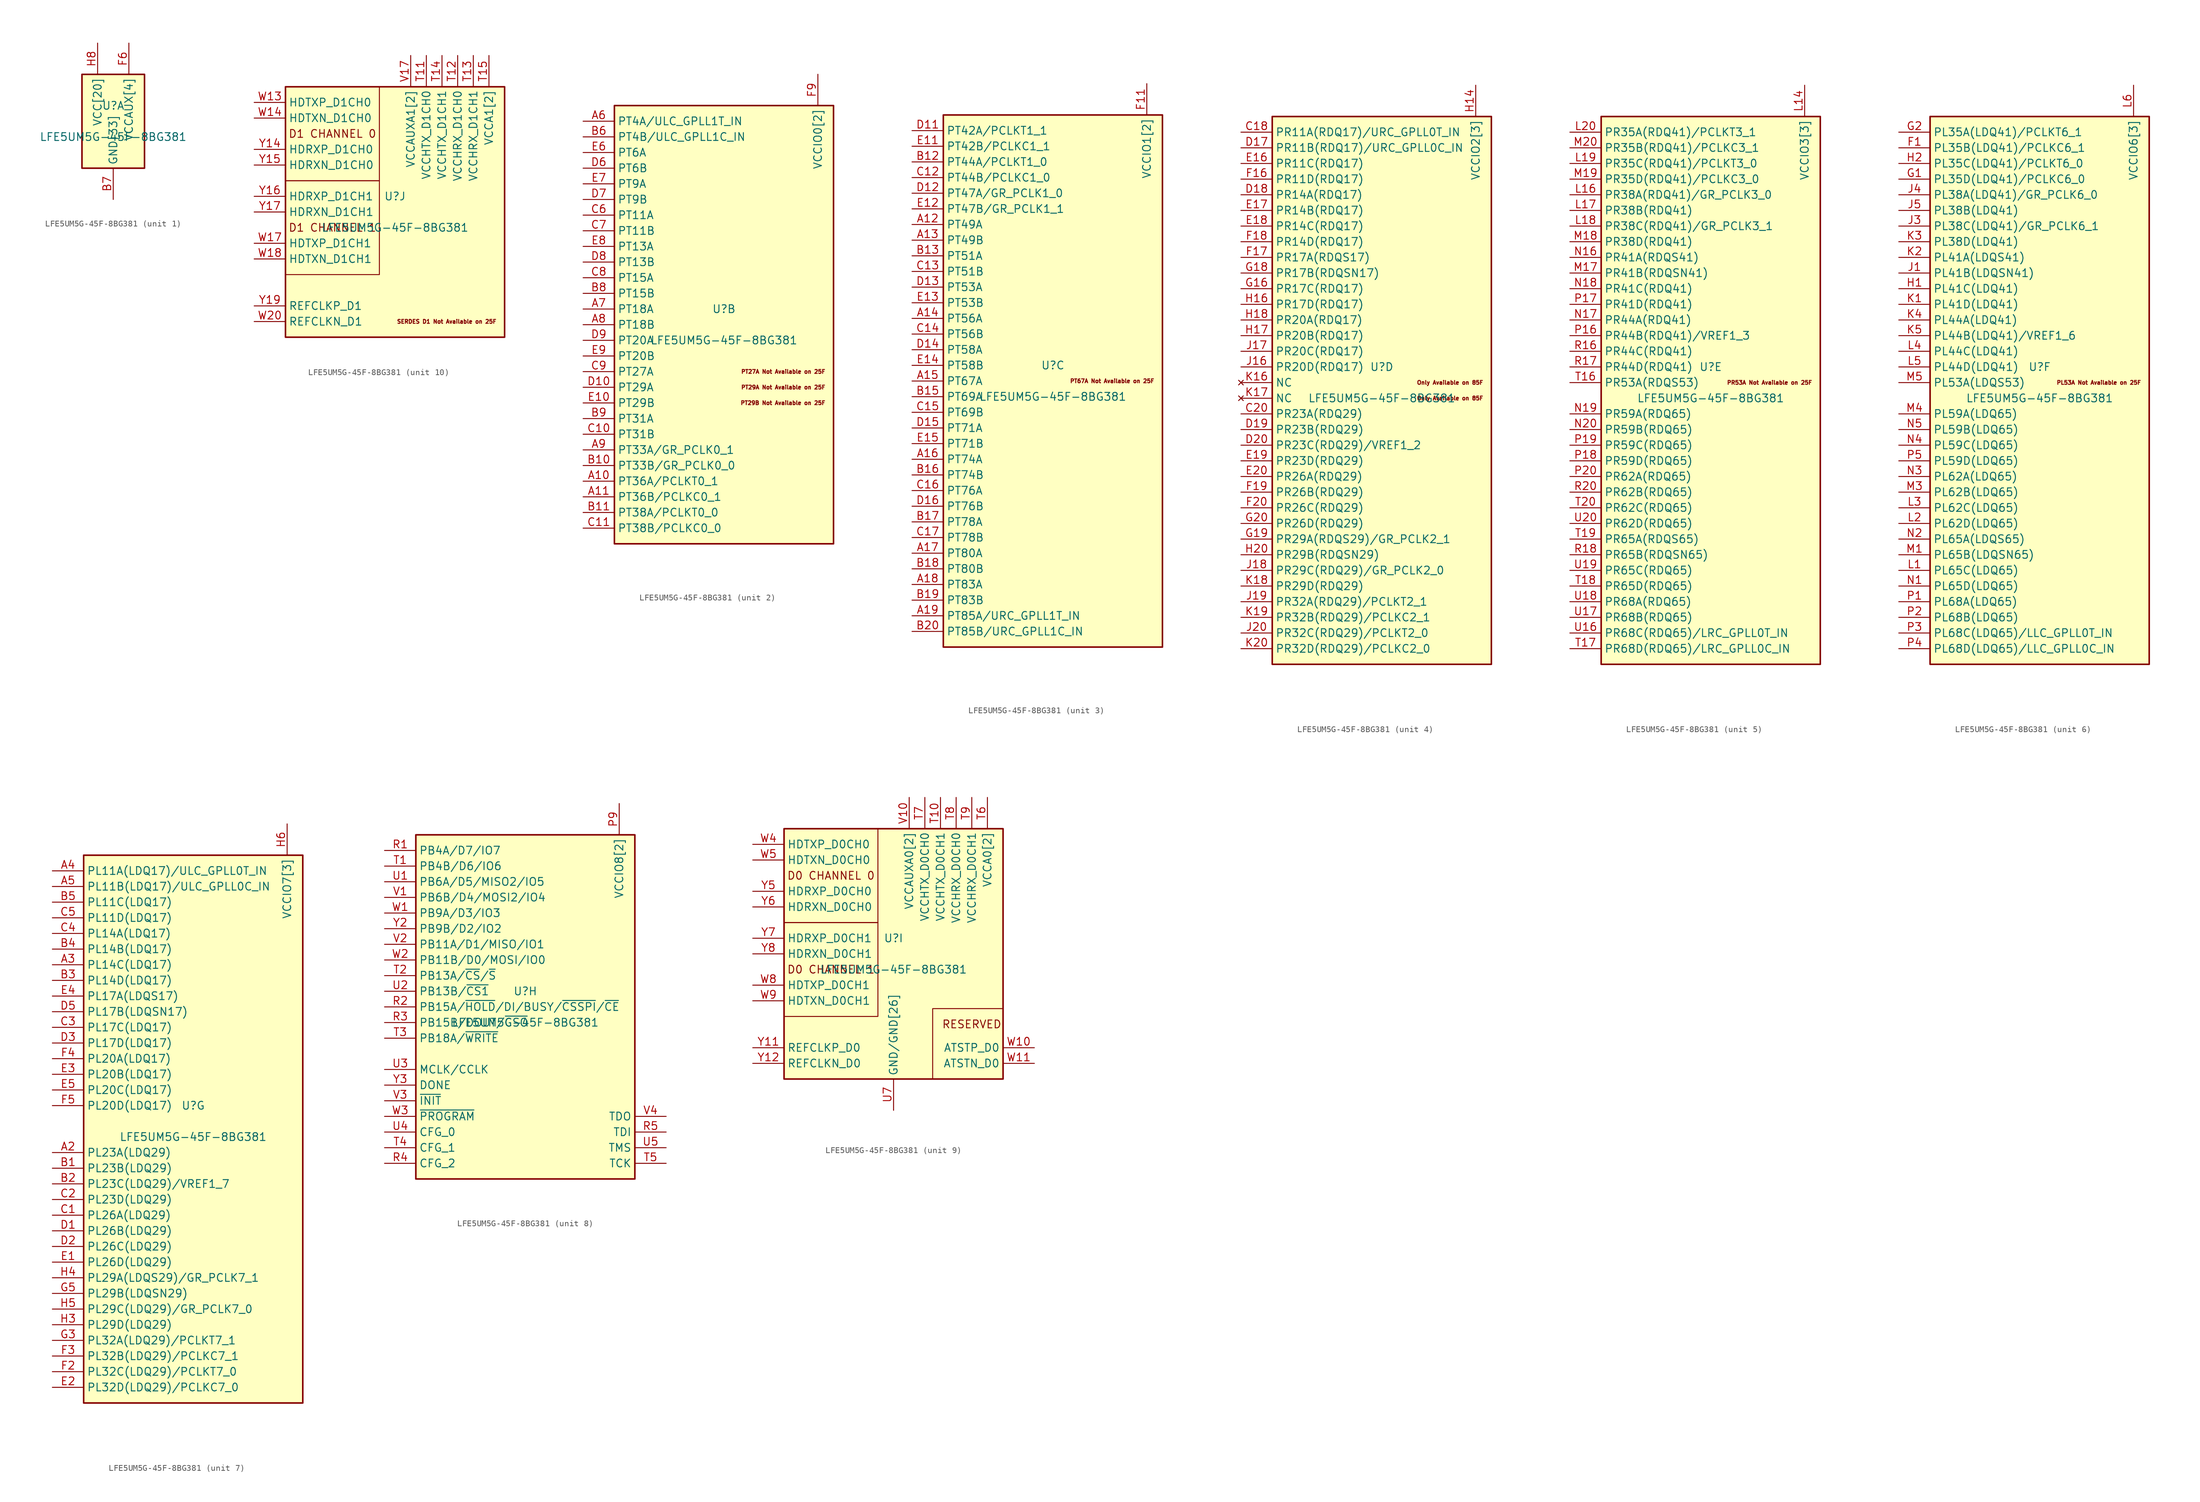
<source format=kicad_sym>
(kicad_symbol_lib
  (version 20201005)
  (generator kicad_symbol_editor)
  (symbol "pkl_lattice:LFE5UM5G-45F-8BG381"
    (property "Reference" "U"
      (at 0 2.54 0)
      (effects (font (size 1.27 1.27))))
    (property "Value" "LFE5UM5G-45F-8BG381"
      (at 0 -2.54 0)
      (effects (font (size 1.27 1.27))))
    (property "ki_locked" ""
      (at 0 0 0)
      (effects (font (size 1.27 1.27))))
    (symbol "LFE5UM5G-45F-8BG381_1_1"
      (rectangle (start -5.08 7.62) (end 5.08 -7.62) (stroke (width 0.254)) (fill (type background)))
      (pin passive line (at 0 -12.7 90) (length 5.08) hide (name "GND[33]" (effects (font (size 1.27 1.27)))) (number "B14" (effects (font (size 1.27 1.27)))))
      (pin power_in line (at 0 -12.7 90) (length 5.08) (name "GND[33]" (effects (font (size 1.27 1.27)))) (number "B7" (effects (font (size 1.27 1.27)))))
      (pin passive line (at 0 -12.7 90) (length 5.08) hide (name "GND[33]" (effects (font (size 1.27 1.27)))) (number "C19" (effects (font (size 1.27 1.27)))))
      (pin passive line (at 0 -12.7 90) (length 5.08) hide (name "GND[33]" (effects (font (size 1.27 1.27)))) (number "D4" (effects (font (size 1.27 1.27)))))
      (pin passive line (at 0 -12.7 90) (length 5.08) hide (name "GND[33]" (effects (font (size 1.27 1.27)))) (number "F13" (effects (font (size 1.27 1.27)))))
      (pin passive line (at 0 -12.7 90) (length 5.08) hide (name "GND[33]" (effects (font (size 1.27 1.27)))) (number "F14" (effects (font (size 1.27 1.27)))))
      (pin passive line (at 2.54 12.7 270) (length 5.08) hide (name "VCCAUX[4]" (effects (font (size 1.27 1.27)))) (number "F15" (effects (font (size 1.27 1.27)))))
      (pin power_in line (at 2.54 12.7 270) (length 5.08) (name "VCCAUX[4]" (effects (font (size 1.27 1.27)))) (number "F6" (effects (font (size 1.27 1.27)))))
      (pin passive line (at 0 -12.7 90) (length 5.08) hide (name "GND[33]" (effects (font (size 1.27 1.27)))) (number "F7" (effects (font (size 1.27 1.27)))))
      (pin passive line (at 0 -12.7 90) (length 5.08) hide (name "GND[33]" (effects (font (size 1.27 1.27)))) (number "F8" (effects (font (size 1.27 1.27)))))
      (pin passive line (at 0 -12.7 90) (length 5.08) hide (name "GND[33]" (effects (font (size 1.27 1.27)))) (number "G10" (effects (font (size 1.27 1.27)))))
      (pin passive line (at 0 -12.7 90) (length 5.08) hide (name "GND[33]" (effects (font (size 1.27 1.27)))) (number "G11" (effects (font (size 1.27 1.27)))))
      (pin passive line (at 0 -12.7 90) (length 5.08) hide (name "GND[33]" (effects (font (size 1.27 1.27)))) (number "G12" (effects (font (size 1.27 1.27)))))
      (pin passive line (at 0 -12.7 90) (length 5.08) hide (name "GND[33]" (effects (font (size 1.27 1.27)))) (number "G13" (effects (font (size 1.27 1.27)))))
      (pin passive line (at 0 -12.7 90) (length 5.08) hide (name "GND[33]" (effects (font (size 1.27 1.27)))) (number "G14" (effects (font (size 1.27 1.27)))))
      (pin passive line (at 0 -12.7 90) (length 5.08) hide (name "GND[33]" (effects (font (size 1.27 1.27)))) (number "G15" (effects (font (size 1.27 1.27)))))
      (pin passive line (at 0 -12.7 90) (length 5.08) hide (name "GND[33]" (effects (font (size 1.27 1.27)))) (number "G17" (effects (font (size 1.27 1.27)))))
      (pin passive line (at 0 -12.7 90) (length 5.08) hide (name "GND[33]" (effects (font (size 1.27 1.27)))) (number "G4" (effects (font (size 1.27 1.27)))))
      (pin passive line (at 0 -12.7 90) (length 5.08) hide (name "GND[33]" (effects (font (size 1.27 1.27)))) (number "G6" (effects (font (size 1.27 1.27)))))
      (pin passive line (at 0 -12.7 90) (length 5.08) hide (name "GND[33]" (effects (font (size 1.27 1.27)))) (number "G7" (effects (font (size 1.27 1.27)))))
      (pin passive line (at 0 -12.7 90) (length 5.08) hide (name "GND[33]" (effects (font (size 1.27 1.27)))) (number "G8" (effects (font (size 1.27 1.27)))))
      (pin passive line (at 0 -12.7 90) (length 5.08) hide (name "GND[33]" (effects (font (size 1.27 1.27)))) (number "G9" (effects (font (size 1.27 1.27)))))
      (pin passive line (at -2.54 12.7 270) (length 5.08) hide (name "VCC[20]" (effects (font (size 1.27 1.27)))) (number "H10" (effects (font (size 1.27 1.27)))))
      (pin passive line (at -2.54 12.7 270) (length 5.08) hide (name "VCC[20]" (effects (font (size 1.27 1.27)))) (number "H11" (effects (font (size 1.27 1.27)))))
      (pin passive line (at -2.54 12.7 270) (length 5.08) hide (name "VCC[20]" (effects (font (size 1.27 1.27)))) (number "H12" (effects (font (size 1.27 1.27)))))
      (pin passive line (at -2.54 12.7 270) (length 5.08) hide (name "VCC[20]" (effects (font (size 1.27 1.27)))) (number "H13" (effects (font (size 1.27 1.27)))))
      (pin passive line (at 0 -12.7 90) (length 5.08) hide (name "GND[33]" (effects (font (size 1.27 1.27)))) (number "H19" (effects (font (size 1.27 1.27)))))
      (pin power_in line (at -2.54 12.7 270) (length 5.08) (name "VCC[20]" (effects (font (size 1.27 1.27)))) (number "H8" (effects (font (size 1.27 1.27)))))
      (pin passive line (at -2.54 12.7 270) (length 5.08) hide (name "VCC[20]" (effects (font (size 1.27 1.27)))) (number "H9" (effects (font (size 1.27 1.27)))))
      (pin passive line (at 0 -12.7 90) (length 5.08) hide (name "GND[33]" (effects (font (size 1.27 1.27)))) (number "J10" (effects (font (size 1.27 1.27)))))
      (pin passive line (at 0 -12.7 90) (length 5.08) hide (name "GND[33]" (effects (font (size 1.27 1.27)))) (number "J11" (effects (font (size 1.27 1.27)))))
      (pin passive line (at 0 -12.7 90) (length 5.08) hide (name "GND[33]" (effects (font (size 1.27 1.27)))) (number "J12" (effects (font (size 1.27 1.27)))))
      (pin passive line (at -2.54 12.7 270) (length 5.08) hide (name "VCC[20]" (effects (font (size 1.27 1.27)))) (number "J13" (effects (font (size 1.27 1.27)))))
      (pin passive line (at 0 -12.7 90) (length 5.08) hide (name "GND[33]" (effects (font (size 1.27 1.27)))) (number "J14" (effects (font (size 1.27 1.27)))))
      (pin passive line (at 0 -12.7 90) (length 5.08) hide (name "GND[33]" (effects (font (size 1.27 1.27)))) (number "J2" (effects (font (size 1.27 1.27)))))
      (pin passive line (at 0 -12.7 90) (length 5.08) hide (name "GND[33]" (effects (font (size 1.27 1.27)))) (number "J7" (effects (font (size 1.27 1.27)))))
      (pin passive line (at -2.54 12.7 270) (length 5.08) hide (name "VCC[20]" (effects (font (size 1.27 1.27)))) (number "J8" (effects (font (size 1.27 1.27)))))
      (pin passive line (at 0 -12.7 90) (length 5.08) hide (name "GND[33]" (effects (font (size 1.27 1.27)))) (number "J9" (effects (font (size 1.27 1.27)))))
      (pin passive line (at 0 -12.7 90) (length 5.08) hide (name "GND[33]" (effects (font (size 1.27 1.27)))) (number "K10" (effects (font (size 1.27 1.27)))))
      (pin passive line (at 0 -12.7 90) (length 5.08) hide (name "GND[33]" (effects (font (size 1.27 1.27)))) (number "K11" (effects (font (size 1.27 1.27)))))
      (pin passive line (at 0 -12.7 90) (length 5.08) hide (name "GND[33]" (effects (font (size 1.27 1.27)))) (number "K12" (effects (font (size 1.27 1.27)))))
      (pin passive line (at -2.54 12.7 270) (length 5.08) hide (name "VCC[20]" (effects (font (size 1.27 1.27)))) (number "K13" (effects (font (size 1.27 1.27)))))
      (pin passive line (at 0 -12.7 90) (length 5.08) hide (name "GND[33]" (effects (font (size 1.27 1.27)))) (number "K14" (effects (font (size 1.27 1.27)))))
      (pin passive line (at 0 -12.7 90) (length 5.08) hide (name "GND[33]" (effects (font (size 1.27 1.27)))) (number "K15" (effects (font (size 1.27 1.27)))))
      (pin passive line (at 0 -12.7 90) (length 5.08) hide (name "GND[33]" (effects (font (size 1.27 1.27)))) (number "K6" (effects (font (size 1.27 1.27)))))
      (pin passive line (at 0 -12.7 90) (length 5.08) hide (name "GND[33]" (effects (font (size 1.27 1.27)))) (number "K7" (effects (font (size 1.27 1.27)))))
      (pin passive line (at -2.54 12.7 270) (length 5.08) hide (name "VCC[20]" (effects (font (size 1.27 1.27)))) (number "K8" (effects (font (size 1.27 1.27)))))
      (pin passive line (at 0 -12.7 90) (length 5.08) hide (name "GND[33]" (effects (font (size 1.27 1.27)))) (number "K9" (effects (font (size 1.27 1.27)))))
      (pin passive line (at 0 -12.7 90) (length 5.08) hide (name "GND[33]" (effects (font (size 1.27 1.27)))) (number "L10" (effects (font (size 1.27 1.27)))))
      (pin passive line (at 0 -12.7 90) (length 5.08) hide (name "GND[33]" (effects (font (size 1.27 1.27)))) (number "L11" (effects (font (size 1.27 1.27)))))
      (pin passive line (at 0 -12.7 90) (length 5.08) hide (name "GND[33]" (effects (font (size 1.27 1.27)))) (number "L12" (effects (font (size 1.27 1.27)))))
      (pin passive line (at -2.54 12.7 270) (length 5.08) hide (name "VCC[20]" (effects (font (size 1.27 1.27)))) (number "L13" (effects (font (size 1.27 1.27)))))
      (pin passive line (at -2.54 12.7 270) (length 5.08) hide (name "VCC[20]" (effects (font (size 1.27 1.27)))) (number "L8" (effects (font (size 1.27 1.27)))))
      (pin passive line (at 0 -12.7 90) (length 5.08) hide (name "GND[33]" (effects (font (size 1.27 1.27)))) (number "L9" (effects (font (size 1.27 1.27)))))
      (pin passive line (at 0 -12.7 90) (length 5.08) hide (name "GND[33]" (effects (font (size 1.27 1.27)))) (number "M10" (effects (font (size 1.27 1.27)))))
      (pin passive line (at 0 -12.7 90) (length 5.08) hide (name "GND[33]" (effects (font (size 1.27 1.27)))) (number "M11" (effects (font (size 1.27 1.27)))))
      (pin passive line (at 0 -12.7 90) (length 5.08) hide (name "GND[33]" (effects (font (size 1.27 1.27)))) (number "M12" (effects (font (size 1.27 1.27)))))
      (pin passive line (at -2.54 12.7 270) (length 5.08) hide (name "VCC[20]" (effects (font (size 1.27 1.27)))) (number "M13" (effects (font (size 1.27 1.27)))))
      (pin passive line (at 0 -12.7 90) (length 5.08) hide (name "GND[33]" (effects (font (size 1.27 1.27)))) (number "M14" (effects (font (size 1.27 1.27)))))
      (pin passive line (at 0 -12.7 90) (length 5.08) hide (name "GND[33]" (effects (font (size 1.27 1.27)))) (number "M16" (effects (font (size 1.27 1.27)))))
      (pin passive line (at 0 -12.7 90) (length 5.08) hide (name "GND[33]" (effects (font (size 1.27 1.27)))) (number "M2" (effects (font (size 1.27 1.27)))))
      (pin passive line (at 0 -12.7 90) (length 5.08) hide (name "GND[33]" (effects (font (size 1.27 1.27)))) (number "M7" (effects (font (size 1.27 1.27)))))
      (pin passive line (at -2.54 12.7 270) (length 5.08) hide (name "VCC[20]" (effects (font (size 1.27 1.27)))) (number "M8" (effects (font (size 1.27 1.27)))))
      (pin passive line (at 0 -12.7 90) (length 5.08) hide (name "GND[33]" (effects (font (size 1.27 1.27)))) (number "M9" (effects (font (size 1.27 1.27)))))
      (pin passive line (at -2.54 12.7 270) (length 5.08) hide (name "VCC[20]" (effects (font (size 1.27 1.27)))) (number "N10" (effects (font (size 1.27 1.27)))))
      (pin passive line (at -2.54 12.7 270) (length 5.08) hide (name "VCC[20]" (effects (font (size 1.27 1.27)))) (number "N11" (effects (font (size 1.27 1.27)))))
      (pin passive line (at -2.54 12.7 270) (length 5.08) hide (name "VCC[20]" (effects (font (size 1.27 1.27)))) (number "N12" (effects (font (size 1.27 1.27)))))
      (pin passive line (at -2.54 12.7 270) (length 5.08) hide (name "VCC[20]" (effects (font (size 1.27 1.27)))) (number "N13" (effects (font (size 1.27 1.27)))))
      (pin passive line (at 0 -12.7 90) (length 5.08) hide (name "GND[33]" (effects (font (size 1.27 1.27)))) (number "N14" (effects (font (size 1.27 1.27)))))
      (pin passive line (at 0 -12.7 90) (length 5.08) hide (name "GND[33]" (effects (font (size 1.27 1.27)))) (number "N15" (effects (font (size 1.27 1.27)))))
      (pin passive line (at 0 -12.7 90) (length 5.08) hide (name "GND[33]" (effects (font (size 1.27 1.27)))) (number "N6" (effects (font (size 1.27 1.27)))))
      (pin passive line (at 0 -12.7 90) (length 5.08) hide (name "GND[33]" (effects (font (size 1.27 1.27)))) (number "N7" (effects (font (size 1.27 1.27)))))
      (pin passive line (at -2.54 12.7 270) (length 5.08) hide (name "VCC[20]" (effects (font (size 1.27 1.27)))) (number "N8" (effects (font (size 1.27 1.27)))))
      (pin passive line (at -2.54 12.7 270) (length 5.08) hide (name "VCC[20]" (effects (font (size 1.27 1.27)))) (number "N9" (effects (font (size 1.27 1.27)))))
      (pin passive line (at 0 -12.7 90) (length 5.08) hide (name "GND[33]" (effects (font (size 1.27 1.27)))) (number "P11" (effects (font (size 1.27 1.27)))))
      (pin passive line (at 0 -12.7 90) (length 5.08) hide (name "GND[33]" (effects (font (size 1.27 1.27)))) (number "P12" (effects (font (size 1.27 1.27)))))
      (pin passive line (at 0 -12.7 90) (length 5.08) hide (name "GND[33]" (effects (font (size 1.27 1.27)))) (number "P13" (effects (font (size 1.27 1.27)))))
      (pin passive line (at 0 -12.7 90) (length 5.08) hide (name "GND[33]" (effects (font (size 1.27 1.27)))) (number "P14" (effects (font (size 1.27 1.27)))))
      (pin passive line (at 2.54 12.7 270) (length 5.08) hide (name "VCCAUX[4]" (effects (font (size 1.27 1.27)))) (number "P15" (effects (font (size 1.27 1.27)))))
      (pin passive line (at 2.54 12.7 270) (length 5.08) hide (name "VCCAUX[4]" (effects (font (size 1.27 1.27)))) (number "P6" (effects (font (size 1.27 1.27)))))
      (pin passive line (at 0 -12.7 90) (length 5.08) hide (name "GND[33]" (effects (font (size 1.27 1.27)))) (number "P7" (effects (font (size 1.27 1.27)))))
      (pin passive line (at 0 -12.7 90) (length 5.08) hide (name "GND[33]" (effects (font (size 1.27 1.27)))) (number "P8" (effects (font (size 1.27 1.27)))))
      (pin passive line (at 0 -12.7 90) (length 5.08) hide (name "GND[33]" (effects (font (size 1.27 1.27)))) (number "R19" (effects (font (size 1.27 1.27))))))
    (symbol "LFE5UM5G-45F-8BG381_2_0"
      (text "PT27A Not Available on 25F" (at 16.51 -7.62 0) (effects (font (size 0.635 0.635)) (justify right)))
      (text "PT29A Not Available on 25F" (at 16.51 -10.16 0) (effects (font (size 0.635 0.635)) (justify right)))
      (text "PT29B Not Available on 25F" (at 16.51 -12.7 0) (effects (font (size 0.635 0.635)) (justify right))))
    (symbol "LFE5UM5G-45F-8BG381_2_1"
      (rectangle (start -17.78 35.56) (end 17.78 -35.56) (stroke (width 0.254)) (fill (type background)))
      (pin bidirectional line (at -22.86 -25.4 0) (length 5.08) (name "PT36A/PCLKT0_1" (effects (font (size 1.27 1.27)))) (number "A10" (effects (font (size 1.27 1.27)))))
      (pin bidirectional line (at -22.86 -27.94 0) (length 5.08) (name "PT36B/PCLKC0_1" (effects (font (size 1.27 1.27)))) (number "A11" (effects (font (size 1.27 1.27)))))
      (pin bidirectional line (at -22.86 33.02 0) (length 5.08) (name "PT4A/ULC_GPLL1T_IN" (effects (font (size 1.27 1.27)))) (number "A6" (effects (font (size 1.27 1.27)))))
      (pin bidirectional line (at -22.86 2.54 0) (length 5.08) (name "PT18A" (effects (font (size 1.27 1.27)))) (number "A7" (effects (font (size 1.27 1.27)))))
      (pin bidirectional line (at -22.86 0 0) (length 5.08) (name "PT18B" (effects (font (size 1.27 1.27)))) (number "A8" (effects (font (size 1.27 1.27)))))
      (pin bidirectional line (at -22.86 -20.32 0) (length 5.08) (name "PT33A/GR_PCLK0_1" (effects (font (size 1.27 1.27)))) (number "A9" (effects (font (size 1.27 1.27)))))
      (pin bidirectional line (at -22.86 -22.86 0) (length 5.08) (name "PT33B/GR_PCLK0_0" (effects (font (size 1.27 1.27)))) (number "B10" (effects (font (size 1.27 1.27)))))
      (pin bidirectional line (at -22.86 -30.48 0) (length 5.08) (name "PT38A/PCLKT0_0" (effects (font (size 1.27 1.27)))) (number "B11" (effects (font (size 1.27 1.27)))))
      (pin bidirectional line (at -22.86 30.48 0) (length 5.08) (name "PT4B/ULC_GPLL1C_IN" (effects (font (size 1.27 1.27)))) (number "B6" (effects (font (size 1.27 1.27)))))
      (pin bidirectional line (at -22.86 5.08 0) (length 5.08) (name "PT15B" (effects (font (size 1.27 1.27)))) (number "B8" (effects (font (size 1.27 1.27)))))
      (pin bidirectional line (at -22.86 -15.24 0) (length 5.08) (name "PT31A" (effects (font (size 1.27 1.27)))) (number "B9" (effects (font (size 1.27 1.27)))))
      (pin bidirectional line (at -22.86 -17.78 0) (length 5.08) (name "PT31B" (effects (font (size 1.27 1.27)))) (number "C10" (effects (font (size 1.27 1.27)))))
      (pin bidirectional line (at -22.86 -33.02 0) (length 5.08) (name "PT38B/PCLKC0_0" (effects (font (size 1.27 1.27)))) (number "C11" (effects (font (size 1.27 1.27)))))
      (pin bidirectional line (at -22.86 17.78 0) (length 5.08) (name "PT11A" (effects (font (size 1.27 1.27)))) (number "C6" (effects (font (size 1.27 1.27)))))
      (pin bidirectional line (at -22.86 15.24 0) (length 5.08) (name "PT11B" (effects (font (size 1.27 1.27)))) (number "C7" (effects (font (size 1.27 1.27)))))
      (pin bidirectional line (at -22.86 7.62 0) (length 5.08) (name "PT15A" (effects (font (size 1.27 1.27)))) (number "C8" (effects (font (size 1.27 1.27)))))
      (pin bidirectional line (at -22.86 -7.62 0) (length 5.08) (name "PT27A" (effects (font (size 1.27 1.27)))) (number "C9" (effects (font (size 1.27 1.27)))))
      (pin bidirectional line (at -22.86 -10.16 0) (length 5.08) (name "PT29A" (effects (font (size 1.27 1.27)))) (number "D10" (effects (font (size 1.27 1.27)))))
      (pin bidirectional line (at -22.86 25.4 0) (length 5.08) (name "PT6B" (effects (font (size 1.27 1.27)))) (number "D6" (effects (font (size 1.27 1.27)))))
      (pin bidirectional line (at -22.86 20.32 0) (length 5.08) (name "PT9B" (effects (font (size 1.27 1.27)))) (number "D7" (effects (font (size 1.27 1.27)))))
      (pin bidirectional line (at -22.86 10.16 0) (length 5.08) (name "PT13B" (effects (font (size 1.27 1.27)))) (number "D8" (effects (font (size 1.27 1.27)))))
      (pin bidirectional line (at -22.86 -2.54 0) (length 5.08) (name "PT20A" (effects (font (size 1.27 1.27)))) (number "D9" (effects (font (size 1.27 1.27)))))
      (pin bidirectional line (at -22.86 -12.7 0) (length 5.08) (name "PT29B" (effects (font (size 1.27 1.27)))) (number "E10" (effects (font (size 1.27 1.27)))))
      (pin bidirectional line (at -22.86 27.94 0) (length 5.08) (name "PT6A" (effects (font (size 1.27 1.27)))) (number "E6" (effects (font (size 1.27 1.27)))))
      (pin bidirectional line (at -22.86 22.86 0) (length 5.08) (name "PT9A" (effects (font (size 1.27 1.27)))) (number "E7" (effects (font (size 1.27 1.27)))))
      (pin bidirectional line (at -22.86 12.7 0) (length 5.08) (name "PT13A" (effects (font (size 1.27 1.27)))) (number "E8" (effects (font (size 1.27 1.27)))))
      (pin bidirectional line (at -22.86 -5.08 0) (length 5.08) (name "PT20B" (effects (font (size 1.27 1.27)))) (number "E9" (effects (font (size 1.27 1.27)))))
      (pin passive line (at 15.24 40.64 270) (length 5.08) hide (name "VCCIO0[2]" (effects (font (size 1.27 1.27)))) (number "F10" (effects (font (size 1.27 1.27)))))
      (pin power_in line (at 15.24 40.64 270) (length 5.08) (name "VCCIO0[2]" (effects (font (size 1.27 1.27)))) (number "F9" (effects (font (size 1.27 1.27))))))
    (symbol "LFE5UM5G-45F-8BG381_3_0"
      (text "PT67A Not Available on 25F" (at 16.51 0 0) (effects (font (size 0.635 0.635)) (justify right))))
    (symbol "LFE5UM5G-45F-8BG381_3_1"
      (rectangle (start -17.78 43.18) (end 17.78 -43.18) (stroke (width 0.254)) (fill (type background)))
      (pin bidirectional line (at -22.86 25.4 0) (length 5.08) (name "PT49A" (effects (font (size 1.27 1.27)))) (number "A12" (effects (font (size 1.27 1.27)))))
      (pin bidirectional line (at -22.86 22.86 0) (length 5.08) (name "PT49B" (effects (font (size 1.27 1.27)))) (number "A13" (effects (font (size 1.27 1.27)))))
      (pin bidirectional line (at -22.86 10.16 0) (length 5.08) (name "PT56A" (effects (font (size 1.27 1.27)))) (number "A14" (effects (font (size 1.27 1.27)))))
      (pin bidirectional line (at -22.86 0 0) (length 5.08) (name "PT67A" (effects (font (size 1.27 1.27)))) (number "A15" (effects (font (size 1.27 1.27)))))
      (pin bidirectional line (at -22.86 -12.7 0) (length 5.08) (name "PT74A" (effects (font (size 1.27 1.27)))) (number "A16" (effects (font (size 1.27 1.27)))))
      (pin bidirectional line (at -22.86 -27.94 0) (length 5.08) (name "PT80A" (effects (font (size 1.27 1.27)))) (number "A17" (effects (font (size 1.27 1.27)))))
      (pin bidirectional line (at -22.86 -33.02 0) (length 5.08) (name "PT83A" (effects (font (size 1.27 1.27)))) (number "A18" (effects (font (size 1.27 1.27)))))
      (pin bidirectional line (at -22.86 -38.1 0) (length 5.08) (name "PT85A/URC_GPLL1T_IN" (effects (font (size 1.27 1.27)))) (number "A19" (effects (font (size 1.27 1.27)))))
      (pin bidirectional line (at -22.86 35.56 0) (length 5.08) (name "PT44A/PCLKT1_0" (effects (font (size 1.27 1.27)))) (number "B12" (effects (font (size 1.27 1.27)))))
      (pin bidirectional line (at -22.86 20.32 0) (length 5.08) (name "PT51A" (effects (font (size 1.27 1.27)))) (number "B13" (effects (font (size 1.27 1.27)))))
      (pin bidirectional line (at -22.86 -2.54 0) (length 5.08) (name "PT69A" (effects (font (size 1.27 1.27)))) (number "B15" (effects (font (size 1.27 1.27)))))
      (pin bidirectional line (at -22.86 -15.24 0) (length 5.08) (name "PT74B" (effects (font (size 1.27 1.27)))) (number "B16" (effects (font (size 1.27 1.27)))))
      (pin bidirectional line (at -22.86 -22.86 0) (length 5.08) (name "PT78A" (effects (font (size 1.27 1.27)))) (number "B17" (effects (font (size 1.27 1.27)))))
      (pin bidirectional line (at -22.86 -30.48 0) (length 5.08) (name "PT80B" (effects (font (size 1.27 1.27)))) (number "B18" (effects (font (size 1.27 1.27)))))
      (pin bidirectional line (at -22.86 -35.56 0) (length 5.08) (name "PT83B" (effects (font (size 1.27 1.27)))) (number "B19" (effects (font (size 1.27 1.27)))))
      (pin bidirectional line (at -22.86 -40.64 0) (length 5.08) (name "PT85B/URC_GPLL1C_IN" (effects (font (size 1.27 1.27)))) (number "B20" (effects (font (size 1.27 1.27)))))
      (pin bidirectional line (at -22.86 33.02 0) (length 5.08) (name "PT44B/PCLKC1_0" (effects (font (size 1.27 1.27)))) (number "C12" (effects (font (size 1.27 1.27)))))
      (pin bidirectional line (at -22.86 17.78 0) (length 5.08) (name "PT51B" (effects (font (size 1.27 1.27)))) (number "C13" (effects (font (size 1.27 1.27)))))
      (pin bidirectional line (at -22.86 7.62 0) (length 5.08) (name "PT56B" (effects (font (size 1.27 1.27)))) (number "C14" (effects (font (size 1.27 1.27)))))
      (pin bidirectional line (at -22.86 -5.08 0) (length 5.08) (name "PT69B" (effects (font (size 1.27 1.27)))) (number "C15" (effects (font (size 1.27 1.27)))))
      (pin bidirectional line (at -22.86 -17.78 0) (length 5.08) (name "PT76A" (effects (font (size 1.27 1.27)))) (number "C16" (effects (font (size 1.27 1.27)))))
      (pin bidirectional line (at -22.86 -25.4 0) (length 5.08) (name "PT78B" (effects (font (size 1.27 1.27)))) (number "C17" (effects (font (size 1.27 1.27)))))
      (pin bidirectional line (at -22.86 40.64 0) (length 5.08) (name "PT42A/PCLKT1_1" (effects (font (size 1.27 1.27)))) (number "D11" (effects (font (size 1.27 1.27)))))
      (pin bidirectional line (at -22.86 30.48 0) (length 5.08) (name "PT47A/GR_PCLK1_0" (effects (font (size 1.27 1.27)))) (number "D12" (effects (font (size 1.27 1.27)))))
      (pin bidirectional line (at -22.86 15.24 0) (length 5.08) (name "PT53A" (effects (font (size 1.27 1.27)))) (number "D13" (effects (font (size 1.27 1.27)))))
      (pin bidirectional line (at -22.86 5.08 0) (length 5.08) (name "PT58A" (effects (font (size 1.27 1.27)))) (number "D14" (effects (font (size 1.27 1.27)))))
      (pin bidirectional line (at -22.86 -7.62 0) (length 5.08) (name "PT71A" (effects (font (size 1.27 1.27)))) (number "D15" (effects (font (size 1.27 1.27)))))
      (pin bidirectional line (at -22.86 -20.32 0) (length 5.08) (name "PT76B" (effects (font (size 1.27 1.27)))) (number "D16" (effects (font (size 1.27 1.27)))))
      (pin bidirectional line (at -22.86 38.1 0) (length 5.08) (name "PT42B/PCLKC1_1" (effects (font (size 1.27 1.27)))) (number "E11" (effects (font (size 1.27 1.27)))))
      (pin bidirectional line (at -22.86 27.94 0) (length 5.08) (name "PT47B/GR_PCLK1_1" (effects (font (size 1.27 1.27)))) (number "E12" (effects (font (size 1.27 1.27)))))
      (pin bidirectional line (at -22.86 12.7 0) (length 5.08) (name "PT53B" (effects (font (size 1.27 1.27)))) (number "E13" (effects (font (size 1.27 1.27)))))
      (pin bidirectional line (at -22.86 2.54 0) (length 5.08) (name "PT58B" (effects (font (size 1.27 1.27)))) (number "E14" (effects (font (size 1.27 1.27)))))
      (pin bidirectional line (at -22.86 -10.16 0) (length 5.08) (name "PT71B" (effects (font (size 1.27 1.27)))) (number "E15" (effects (font (size 1.27 1.27)))))
      (pin power_in line (at 15.24 48.26 270) (length 5.08) (name "VCCIO1[2]" (effects (font (size 1.27 1.27)))) (number "F11" (effects (font (size 1.27 1.27)))))
      (pin passive line (at 15.24 48.26 270) (length 5.08) hide (name "VCCIO1[2]" (effects (font (size 1.27 1.27)))) (number "F12" (effects (font (size 1.27 1.27))))))
    (symbol "LFE5UM5G-45F-8BG381_4_0"
      (text "Only Available on 85F" (at 16.51 -2.54 0) (effects (font (size 0.635 0.635)) (justify right)))
      (text "Only Available on 85F" (at 16.51 0 0) (effects (font (size 0.635 0.635)) (justify right))))
    (symbol "LFE5UM5G-45F-8BG381_4_1"
      (rectangle (start -17.78 43.18) (end 17.78 -45.72) (stroke (width 0.254)) (fill (type background)))
      (pin bidirectional line (at -22.86 40.64 0) (length 5.08) (name "PR11A(RDQ17)/URC_GPLL0T_IN" (effects (font (size 1.27 1.27)))) (number "C18" (effects (font (size 1.27 1.27)))))
      (pin bidirectional line (at -22.86 -5.08 0) (length 5.08) (name "PR23A(RDQ29)" (effects (font (size 1.27 1.27)))) (number "C20" (effects (font (size 1.27 1.27)))))
      (pin bidirectional line (at -22.86 38.1 0) (length 5.08) (name "PR11B(RDQ17)/URC_GPLL0C_IN" (effects (font (size 1.27 1.27)))) (number "D17" (effects (font (size 1.27 1.27)))))
      (pin bidirectional line (at -22.86 30.48 0) (length 5.08) (name "PR14A(RDQ17)" (effects (font (size 1.27 1.27)))) (number "D18" (effects (font (size 1.27 1.27)))))
      (pin bidirectional line (at -22.86 -7.62 0) (length 5.08) (name "PR23B(RDQ29)" (effects (font (size 1.27 1.27)))) (number "D19" (effects (font (size 1.27 1.27)))))
      (pin bidirectional line (at -22.86 -10.16 0) (length 5.08) (name "PR23C(RDQ29)/VREF1_2" (effects (font (size 1.27 1.27)))) (number "D20" (effects (font (size 1.27 1.27)))))
      (pin bidirectional line (at -22.86 35.56 0) (length 5.08) (name "PR11C(RDQ17)" (effects (font (size 1.27 1.27)))) (number "E16" (effects (font (size 1.27 1.27)))))
      (pin bidirectional line (at -22.86 27.94 0) (length 5.08) (name "PR14B(RDQ17)" (effects (font (size 1.27 1.27)))) (number "E17" (effects (font (size 1.27 1.27)))))
      (pin bidirectional line (at -22.86 25.4 0) (length 5.08) (name "PR14C(RDQ17)" (effects (font (size 1.27 1.27)))) (number "E18" (effects (font (size 1.27 1.27)))))
      (pin bidirectional line (at -22.86 -12.7 0) (length 5.08) (name "PR23D(RDQ29)" (effects (font (size 1.27 1.27)))) (number "E19" (effects (font (size 1.27 1.27)))))
      (pin bidirectional line (at -22.86 -15.24 0) (length 5.08) (name "PR26A(RDQ29)" (effects (font (size 1.27 1.27)))) (number "E20" (effects (font (size 1.27 1.27)))))
      (pin bidirectional line (at -22.86 33.02 0) (length 5.08) (name "PR11D(RDQ17)" (effects (font (size 1.27 1.27)))) (number "F16" (effects (font (size 1.27 1.27)))))
      (pin bidirectional line (at -22.86 20.32 0) (length 5.08) (name "PR17A(RDQS17)" (effects (font (size 1.27 1.27)))) (number "F17" (effects (font (size 1.27 1.27)))))
      (pin bidirectional line (at -22.86 22.86 0) (length 5.08) (name "PR14D(RDQ17)" (effects (font (size 1.27 1.27)))) (number "F18" (effects (font (size 1.27 1.27)))))
      (pin bidirectional line (at -22.86 -17.78 0) (length 5.08) (name "PR26B(RDQ29)" (effects (font (size 1.27 1.27)))) (number "F19" (effects (font (size 1.27 1.27)))))
      (pin bidirectional line (at -22.86 -20.32 0) (length 5.08) (name "PR26C(RDQ29)" (effects (font (size 1.27 1.27)))) (number "F20" (effects (font (size 1.27 1.27)))))
      (pin bidirectional line (at -22.86 15.24 0) (length 5.08) (name "PR17C(RDQ17)" (effects (font (size 1.27 1.27)))) (number "G16" (effects (font (size 1.27 1.27)))))
      (pin bidirectional line (at -22.86 17.78 0) (length 5.08) (name "PR17B(RDQSN17)" (effects (font (size 1.27 1.27)))) (number "G18" (effects (font (size 1.27 1.27)))))
      (pin bidirectional line (at -22.86 -25.4 0) (length 5.08) (name "PR29A(RDQS29)/GR_PCLK2_1" (effects (font (size 1.27 1.27)))) (number "G19" (effects (font (size 1.27 1.27)))))
      (pin bidirectional line (at -22.86 -22.86 0) (length 5.08) (name "PR26D(RDQ29)" (effects (font (size 1.27 1.27)))) (number "G20" (effects (font (size 1.27 1.27)))))
      (pin power_in line (at 15.24 48.26 270) (length 5.08) (name "VCCIO2[3]" (effects (font (size 1.27 1.27)))) (number "H14" (effects (font (size 1.27 1.27)))))
      (pin passive line (at 15.24 48.26 270) (length 5.08) hide (name "VCCIO2[3]" (effects (font (size 1.27 1.27)))) (number "H15" (effects (font (size 1.27 1.27)))))
      (pin bidirectional line (at -22.86 12.7 0) (length 5.08) (name "PR17D(RDQ17)" (effects (font (size 1.27 1.27)))) (number "H16" (effects (font (size 1.27 1.27)))))
      (pin bidirectional line (at -22.86 7.62 0) (length 5.08) (name "PR20B(RDQ17)" (effects (font (size 1.27 1.27)))) (number "H17" (effects (font (size 1.27 1.27)))))
      (pin bidirectional line (at -22.86 10.16 0) (length 5.08) (name "PR20A(RDQ17)" (effects (font (size 1.27 1.27)))) (number "H18" (effects (font (size 1.27 1.27)))))
      (pin bidirectional line (at -22.86 -27.94 0) (length 5.08) (name "PR29B(RDQSN29)" (effects (font (size 1.27 1.27)))) (number "H20" (effects (font (size 1.27 1.27)))))
      (pin passive line (at 15.24 48.26 270) (length 5.08) hide (name "VCCIO2[3]" (effects (font (size 1.27 1.27)))) (number "J15" (effects (font (size 1.27 1.27)))))
      (pin bidirectional line (at -22.86 2.54 0) (length 5.08) (name "PR20D(RDQ17)" (effects (font (size 1.27 1.27)))) (number "J16" (effects (font (size 1.27 1.27)))))
      (pin bidirectional line (at -22.86 5.08 0) (length 5.08) (name "PR20C(RDQ17)" (effects (font (size 1.27 1.27)))) (number "J17" (effects (font (size 1.27 1.27)))))
      (pin bidirectional line (at -22.86 -30.48 0) (length 5.08) (name "PR29C(RDQ29)/GR_PCLK2_0" (effects (font (size 1.27 1.27)))) (number "J18" (effects (font (size 1.27 1.27)))))
      (pin bidirectional line (at -22.86 -35.56 0) (length 5.08) (name "PR32A(RDQ29)/PCLKT2_1" (effects (font (size 1.27 1.27)))) (number "J19" (effects (font (size 1.27 1.27)))))
      (pin bidirectional line (at -22.86 -40.64 0) (length 5.08) (name "PR32C(RDQ29)/PCLKT2_0" (effects (font (size 1.27 1.27)))) (number "J20" (effects (font (size 1.27 1.27)))))
      (pin no_connect line (at -22.86 0 0) (length 5.08) (name "NC" (effects (font (size 1.27 1.27)))) (number "K16" (effects (font (size 1.27 1.27)))))
      (pin no_connect line (at -22.86 -2.54 0) (length 5.08) (name "NC" (effects (font (size 1.27 1.27)))) (number "K17" (effects (font (size 1.27 1.27)))))
      (pin bidirectional line (at -22.86 -33.02 0) (length 5.08) (name "PR29D(RDQ29)" (effects (font (size 1.27 1.27)))) (number "K18" (effects (font (size 1.27 1.27)))))
      (pin bidirectional line (at -22.86 -38.1 0) (length 5.08) (name "PR32B(RDQ29)/PCLKC2_1" (effects (font (size 1.27 1.27)))) (number "K19" (effects (font (size 1.27 1.27)))))
      (pin bidirectional line (at -22.86 -43.18 0) (length 5.08) (name "PR32D(RDQ29)/PCLKC2_0" (effects (font (size 1.27 1.27)))) (number "K20" (effects (font (size 1.27 1.27))))))
    (symbol "LFE5UM5G-45F-8BG381_5_0"
      (text "PR53A Not Available on 25F" (at 16.51 0 0) (effects (font (size 0.635 0.635)) (justify right))))
    (symbol "LFE5UM5G-45F-8BG381_5_1"
      (rectangle (start -17.78 43.18) (end 17.78 -45.72) (stroke (width 0.254)) (fill (type background)))
      (pin power_in line (at 15.24 48.26 270) (length 5.08) (name "VCCIO3[3]" (effects (font (size 1.27 1.27)))) (number "L14" (effects (font (size 1.27 1.27)))))
      (pin passive line (at 15.24 48.26 270) (length 5.08) hide (name "VCCIO3[3]" (effects (font (size 1.27 1.27)))) (number "L15" (effects (font (size 1.27 1.27)))))
      (pin bidirectional line (at -22.86 30.48 0) (length 5.08) (name "PR38A(RDQ41)/GR_PCLK3_0" (effects (font (size 1.27 1.27)))) (number "L16" (effects (font (size 1.27 1.27)))))
      (pin bidirectional line (at -22.86 27.94 0) (length 5.08) (name "PR38B(RDQ41)" (effects (font (size 1.27 1.27)))) (number "L17" (effects (font (size 1.27 1.27)))))
      (pin bidirectional line (at -22.86 25.4 0) (length 5.08) (name "PR38C(RDQ41)/GR_PCLK3_1" (effects (font (size 1.27 1.27)))) (number "L18" (effects (font (size 1.27 1.27)))))
      (pin bidirectional line (at -22.86 35.56 0) (length 5.08) (name "PR35C(RDQ41)/PCLKT3_0" (effects (font (size 1.27 1.27)))) (number "L19" (effects (font (size 1.27 1.27)))))
      (pin bidirectional line (at -22.86 40.64 0) (length 5.08) (name "PR35A(RDQ41)/PCLKT3_1" (effects (font (size 1.27 1.27)))) (number "L20" (effects (font (size 1.27 1.27)))))
      (pin passive line (at 15.24 48.26 270) (length 5.08) hide (name "VCCIO3[3]" (effects (font (size 1.27 1.27)))) (number "M15" (effects (font (size 1.27 1.27)))))
      (pin bidirectional line (at -22.86 17.78 0) (length 5.08) (name "PR41B(RDQSN41)" (effects (font (size 1.27 1.27)))) (number "M17" (effects (font (size 1.27 1.27)))))
      (pin bidirectional line (at -22.86 22.86 0) (length 5.08) (name "PR38D(RDQ41)" (effects (font (size 1.27 1.27)))) (number "M18" (effects (font (size 1.27 1.27)))))
      (pin bidirectional line (at -22.86 33.02 0) (length 5.08) (name "PR35D(RDQ41)/PCLKC3_0" (effects (font (size 1.27 1.27)))) (number "M19" (effects (font (size 1.27 1.27)))))
      (pin bidirectional line (at -22.86 38.1 0) (length 5.08) (name "PR35B(RDQ41)/PCLKC3_1" (effects (font (size 1.27 1.27)))) (number "M20" (effects (font (size 1.27 1.27)))))
      (pin bidirectional line (at -22.86 20.32 0) (length 5.08) (name "PR41A(RDQS41)" (effects (font (size 1.27 1.27)))) (number "N16" (effects (font (size 1.27 1.27)))))
      (pin bidirectional line (at -22.86 10.16 0) (length 5.08) (name "PR44A(RDQ41)" (effects (font (size 1.27 1.27)))) (number "N17" (effects (font (size 1.27 1.27)))))
      (pin bidirectional line (at -22.86 15.24 0) (length 5.08) (name "PR41C(RDQ41)" (effects (font (size 1.27 1.27)))) (number "N18" (effects (font (size 1.27 1.27)))))
      (pin bidirectional line (at -22.86 -5.08 0) (length 5.08) (name "PR59A(RDQ65)" (effects (font (size 1.27 1.27)))) (number "N19" (effects (font (size 1.27 1.27)))))
      (pin bidirectional line (at -22.86 -7.62 0) (length 5.08) (name "PR59B(RDQ65)" (effects (font (size 1.27 1.27)))) (number "N20" (effects (font (size 1.27 1.27)))))
      (pin bidirectional line (at -22.86 7.62 0) (length 5.08) (name "PR44B(RDQ41)/VREF1_3" (effects (font (size 1.27 1.27)))) (number "P16" (effects (font (size 1.27 1.27)))))
      (pin bidirectional line (at -22.86 12.7 0) (length 5.08) (name "PR41D(RDQ41)" (effects (font (size 1.27 1.27)))) (number "P17" (effects (font (size 1.27 1.27)))))
      (pin bidirectional line (at -22.86 -12.7 0) (length 5.08) (name "PR59D(RDQ65)" (effects (font (size 1.27 1.27)))) (number "P18" (effects (font (size 1.27 1.27)))))
      (pin bidirectional line (at -22.86 -10.16 0) (length 5.08) (name "PR59C(RDQ65)" (effects (font (size 1.27 1.27)))) (number "P19" (effects (font (size 1.27 1.27)))))
      (pin bidirectional line (at -22.86 -15.24 0) (length 5.08) (name "PR62A(RDQ65)" (effects (font (size 1.27 1.27)))) (number "P20" (effects (font (size 1.27 1.27)))))
      (pin bidirectional line (at -22.86 5.08 0) (length 5.08) (name "PR44C(RDQ41)" (effects (font (size 1.27 1.27)))) (number "R16" (effects (font (size 1.27 1.27)))))
      (pin bidirectional line (at -22.86 2.54 0) (length 5.08) (name "PR44D(RDQ41)" (effects (font (size 1.27 1.27)))) (number "R17" (effects (font (size 1.27 1.27)))))
      (pin bidirectional line (at -22.86 -27.94 0) (length 5.08) (name "PR65B(RDQSN65)" (effects (font (size 1.27 1.27)))) (number "R18" (effects (font (size 1.27 1.27)))))
      (pin bidirectional line (at -22.86 -17.78 0) (length 5.08) (name "PR62B(RDQ65)" (effects (font (size 1.27 1.27)))) (number "R20" (effects (font (size 1.27 1.27)))))
      (pin bidirectional line (at -22.86 0 0) (length 5.08) (name "PR53A(RDQS53)" (effects (font (size 1.27 1.27)))) (number "T16" (effects (font (size 1.27 1.27)))))
      (pin bidirectional line (at -22.86 -43.18 0) (length 5.08) (name "PR68D(RDQ65)/LRC_GPLL0C_IN" (effects (font (size 1.27 1.27)))) (number "T17" (effects (font (size 1.27 1.27)))))
      (pin bidirectional line (at -22.86 -33.02 0) (length 5.08) (name "PR65D(RDQ65)" (effects (font (size 1.27 1.27)))) (number "T18" (effects (font (size 1.27 1.27)))))
      (pin bidirectional line (at -22.86 -25.4 0) (length 5.08) (name "PR65A(RDQS65)" (effects (font (size 1.27 1.27)))) (number "T19" (effects (font (size 1.27 1.27)))))
      (pin bidirectional line (at -22.86 -20.32 0) (length 5.08) (name "PR62C(RDQ65)" (effects (font (size 1.27 1.27)))) (number "T20" (effects (font (size 1.27 1.27)))))
      (pin bidirectional line (at -22.86 -40.64 0) (length 5.08) (name "PR68C(RDQ65)/LRC_GPLL0T_IN" (effects (font (size 1.27 1.27)))) (number "U16" (effects (font (size 1.27 1.27)))))
      (pin bidirectional line (at -22.86 -38.1 0) (length 5.08) (name "PR68B(RDQ65)" (effects (font (size 1.27 1.27)))) (number "U17" (effects (font (size 1.27 1.27)))))
      (pin bidirectional line (at -22.86 -35.56 0) (length 5.08) (name "PR68A(RDQ65)" (effects (font (size 1.27 1.27)))) (number "U18" (effects (font (size 1.27 1.27)))))
      (pin bidirectional line (at -22.86 -30.48 0) (length 5.08) (name "PR65C(RDQ65)" (effects (font (size 1.27 1.27)))) (number "U19" (effects (font (size 1.27 1.27)))))
      (pin bidirectional line (at -22.86 -22.86 0) (length 5.08) (name "PR62D(RDQ65)" (effects (font (size 1.27 1.27)))) (number "U20" (effects (font (size 1.27 1.27))))))
    (symbol "LFE5UM5G-45F-8BG381_6_0"
      (text "PL53A Not Available on 25F" (at 16.51 0 0) (effects (font (size 0.635 0.635)) (justify right))))
    (symbol "LFE5UM5G-45F-8BG381_6_1"
      (rectangle (start -17.78 43.18) (end 17.78 -45.72) (stroke (width 0.254)) (fill (type background)))
      (pin bidirectional line (at -22.86 38.1 0) (length 5.08) (name "PL35B(LDQ41)/PCLKC6_1" (effects (font (size 1.27 1.27)))) (number "F1" (effects (font (size 1.27 1.27)))))
      (pin bidirectional line (at -22.86 33.02 0) (length 5.08) (name "PL35D(LDQ41)/PCLKC6_0" (effects (font (size 1.27 1.27)))) (number "G1" (effects (font (size 1.27 1.27)))))
      (pin bidirectional line (at -22.86 40.64 0) (length 5.08) (name "PL35A(LDQ41)/PCLKT6_1" (effects (font (size 1.27 1.27)))) (number "G2" (effects (font (size 1.27 1.27)))))
      (pin bidirectional line (at -22.86 15.24 0) (length 5.08) (name "PL41C(LDQ41)" (effects (font (size 1.27 1.27)))) (number "H1" (effects (font (size 1.27 1.27)))))
      (pin bidirectional line (at -22.86 35.56 0) (length 5.08) (name "PL35C(LDQ41)/PCLKT6_0" (effects (font (size 1.27 1.27)))) (number "H2" (effects (font (size 1.27 1.27)))))
      (pin bidirectional line (at -22.86 17.78 0) (length 5.08) (name "PL41B(LDQSN41)" (effects (font (size 1.27 1.27)))) (number "J1" (effects (font (size 1.27 1.27)))))
      (pin bidirectional line (at -22.86 25.4 0) (length 5.08) (name "PL38C(LDQ41)/GR_PCLK6_1" (effects (font (size 1.27 1.27)))) (number "J3" (effects (font (size 1.27 1.27)))))
      (pin bidirectional line (at -22.86 30.48 0) (length 5.08) (name "PL38A(LDQ41)/GR_PCLK6_0" (effects (font (size 1.27 1.27)))) (number "J4" (effects (font (size 1.27 1.27)))))
      (pin bidirectional line (at -22.86 27.94 0) (length 5.08) (name "PL38B(LDQ41)" (effects (font (size 1.27 1.27)))) (number "J5" (effects (font (size 1.27 1.27)))))
      (pin bidirectional line (at -22.86 12.7 0) (length 5.08) (name "PL41D(LDQ41)" (effects (font (size 1.27 1.27)))) (number "K1" (effects (font (size 1.27 1.27)))))
      (pin bidirectional line (at -22.86 20.32 0) (length 5.08) (name "PL41A(LDQS41)" (effects (font (size 1.27 1.27)))) (number "K2" (effects (font (size 1.27 1.27)))))
      (pin bidirectional line (at -22.86 22.86 0) (length 5.08) (name "PL38D(LDQ41)" (effects (font (size 1.27 1.27)))) (number "K3" (effects (font (size 1.27 1.27)))))
      (pin bidirectional line (at -22.86 10.16 0) (length 5.08) (name "PL44A(LDQ41)" (effects (font (size 1.27 1.27)))) (number "K4" (effects (font (size 1.27 1.27)))))
      (pin bidirectional line (at -22.86 7.62 0) (length 5.08) (name "PL44B(LDQ41)/VREF1_6" (effects (font (size 1.27 1.27)))) (number "K5" (effects (font (size 1.27 1.27)))))
      (pin bidirectional line (at -22.86 -30.48 0) (length 5.08) (name "PL65C(LDQ65)" (effects (font (size 1.27 1.27)))) (number "L1" (effects (font (size 1.27 1.27)))))
      (pin bidirectional line (at -22.86 -22.86 0) (length 5.08) (name "PL62D(LDQ65)" (effects (font (size 1.27 1.27)))) (number "L2" (effects (font (size 1.27 1.27)))))
      (pin bidirectional line (at -22.86 -20.32 0) (length 5.08) (name "PL62C(LDQ65)" (effects (font (size 1.27 1.27)))) (number "L3" (effects (font (size 1.27 1.27)))))
      (pin bidirectional line (at -22.86 5.08 0) (length 5.08) (name "PL44C(LDQ41)" (effects (font (size 1.27 1.27)))) (number "L4" (effects (font (size 1.27 1.27)))))
      (pin bidirectional line (at -22.86 2.54 0) (length 5.08) (name "PL44D(LDQ41)" (effects (font (size 1.27 1.27)))) (number "L5" (effects (font (size 1.27 1.27)))))
      (pin power_in line (at 15.24 48.26 270) (length 5.08) (name "VCCIO6[3]" (effects (font (size 1.27 1.27)))) (number "L6" (effects (font (size 1.27 1.27)))))
      (pin passive line (at 15.24 48.26 270) (length 5.08) hide (name "VCCIO6[3]" (effects (font (size 1.27 1.27)))) (number "L7" (effects (font (size 1.27 1.27)))))
      (pin bidirectional line (at -22.86 -27.94 0) (length 5.08) (name "PL65B(LDQSN65)" (effects (font (size 1.27 1.27)))) (number "M1" (effects (font (size 1.27 1.27)))))
      (pin bidirectional line (at -22.86 -17.78 0) (length 5.08) (name "PL62B(LDQ65)" (effects (font (size 1.27 1.27)))) (number "M3" (effects (font (size 1.27 1.27)))))
      (pin bidirectional line (at -22.86 -5.08 0) (length 5.08) (name "PL59A(LDQ65)" (effects (font (size 1.27 1.27)))) (number "M4" (effects (font (size 1.27 1.27)))))
      (pin bidirectional line (at -22.86 0 0) (length 5.08) (name "PL53A(LDQS53)" (effects (font (size 1.27 1.27)))) (number "M5" (effects (font (size 1.27 1.27)))))
      (pin passive line (at 15.24 48.26 270) (length 5.08) hide (name "VCCIO6[3]" (effects (font (size 1.27 1.27)))) (number "M6" (effects (font (size 1.27 1.27)))))
      (pin bidirectional line (at -22.86 -33.02 0) (length 5.08) (name "PL65D(LDQ65)" (effects (font (size 1.27 1.27)))) (number "N1" (effects (font (size 1.27 1.27)))))
      (pin bidirectional line (at -22.86 -25.4 0) (length 5.08) (name "PL65A(LDQS65)" (effects (font (size 1.27 1.27)))) (number "N2" (effects (font (size 1.27 1.27)))))
      (pin bidirectional line (at -22.86 -15.24 0) (length 5.08) (name "PL62A(LDQ65)" (effects (font (size 1.27 1.27)))) (number "N3" (effects (font (size 1.27 1.27)))))
      (pin bidirectional line (at -22.86 -10.16 0) (length 5.08) (name "PL59C(LDQ65)" (effects (font (size 1.27 1.27)))) (number "N4" (effects (font (size 1.27 1.27)))))
      (pin bidirectional line (at -22.86 -7.62 0) (length 5.08) (name "PL59B(LDQ65)" (effects (font (size 1.27 1.27)))) (number "N5" (effects (font (size 1.27 1.27)))))
      (pin bidirectional line (at -22.86 -35.56 0) (length 5.08) (name "PL68A(LDQ65)" (effects (font (size 1.27 1.27)))) (number "P1" (effects (font (size 1.27 1.27)))))
      (pin bidirectional line (at -22.86 -38.1 0) (length 5.08) (name "PL68B(LDQ65)" (effects (font (size 1.27 1.27)))) (number "P2" (effects (font (size 1.27 1.27)))))
      (pin bidirectional line (at -22.86 -40.64 0) (length 5.08) (name "PL68C(LDQ65)/LLC_GPLL0T_IN" (effects (font (size 1.27 1.27)))) (number "P3" (effects (font (size 1.27 1.27)))))
      (pin bidirectional line (at -22.86 -43.18 0) (length 5.08) (name "PL68D(LDQ65)/LLC_GPLL0C_IN" (effects (font (size 1.27 1.27)))) (number "P4" (effects (font (size 1.27 1.27)))))
      (pin bidirectional line (at -22.86 -12.7 0) (length 5.08) (name "PL59D(LDQ65)" (effects (font (size 1.27 1.27)))) (number "P5" (effects (font (size 1.27 1.27))))))
    (symbol "LFE5UM5G-45F-8BG381_7_1"
      (rectangle (start -17.78 43.18) (end 17.78 -45.72) (stroke (width 0.254)) (fill (type background)))
      (pin bidirectional line (at -22.86 -5.08 0) (length 5.08) (name "PL23A(LDQ29)" (effects (font (size 1.27 1.27)))) (number "A2" (effects (font (size 1.27 1.27)))))
      (pin bidirectional line (at -22.86 25.4 0) (length 5.08) (name "PL14C(LDQ17)" (effects (font (size 1.27 1.27)))) (number "A3" (effects (font (size 1.27 1.27)))))
      (pin bidirectional line (at -22.86 40.64 0) (length 5.08) (name "PL11A(LDQ17)/ULC_GPLL0T_IN" (effects (font (size 1.27 1.27)))) (number "A4" (effects (font (size 1.27 1.27)))))
      (pin bidirectional line (at -22.86 38.1 0) (length 5.08) (name "PL11B(LDQ17)/ULC_GPLL0C_IN" (effects (font (size 1.27 1.27)))) (number "A5" (effects (font (size 1.27 1.27)))))
      (pin bidirectional line (at -22.86 -7.62 0) (length 5.08) (name "PL23B(LDQ29)" (effects (font (size 1.27 1.27)))) (number "B1" (effects (font (size 1.27 1.27)))))
      (pin bidirectional line (at -22.86 -10.16 0) (length 5.08) (name "PL23C(LDQ29)/VREF1_7" (effects (font (size 1.27 1.27)))) (number "B2" (effects (font (size 1.27 1.27)))))
      (pin bidirectional line (at -22.86 22.86 0) (length 5.08) (name "PL14D(LDQ17)" (effects (font (size 1.27 1.27)))) (number "B3" (effects (font (size 1.27 1.27)))))
      (pin bidirectional line (at -22.86 27.94 0) (length 5.08) (name "PL14B(LDQ17)" (effects (font (size 1.27 1.27)))) (number "B4" (effects (font (size 1.27 1.27)))))
      (pin bidirectional line (at -22.86 35.56 0) (length 5.08) (name "PL11C(LDQ17)" (effects (font (size 1.27 1.27)))) (number "B5" (effects (font (size 1.27 1.27)))))
      (pin bidirectional line (at -22.86 -15.24 0) (length 5.08) (name "PL26A(LDQ29)" (effects (font (size 1.27 1.27)))) (number "C1" (effects (font (size 1.27 1.27)))))
      (pin bidirectional line (at -22.86 -12.7 0) (length 5.08) (name "PL23D(LDQ29)" (effects (font (size 1.27 1.27)))) (number "C2" (effects (font (size 1.27 1.27)))))
      (pin bidirectional line (at -22.86 15.24 0) (length 5.08) (name "PL17C(LDQ17)" (effects (font (size 1.27 1.27)))) (number "C3" (effects (font (size 1.27 1.27)))))
      (pin bidirectional line (at -22.86 30.48 0) (length 5.08) (name "PL14A(LDQ17)" (effects (font (size 1.27 1.27)))) (number "C4" (effects (font (size 1.27 1.27)))))
      (pin bidirectional line (at -22.86 33.02 0) (length 5.08) (name "PL11D(LDQ17)" (effects (font (size 1.27 1.27)))) (number "C5" (effects (font (size 1.27 1.27)))))
      (pin bidirectional line (at -22.86 -17.78 0) (length 5.08) (name "PL26B(LDQ29)" (effects (font (size 1.27 1.27)))) (number "D1" (effects (font (size 1.27 1.27)))))
      (pin bidirectional line (at -22.86 -20.32 0) (length 5.08) (name "PL26C(LDQ29)" (effects (font (size 1.27 1.27)))) (number "D2" (effects (font (size 1.27 1.27)))))
      (pin bidirectional line (at -22.86 12.7 0) (length 5.08) (name "PL17D(LDQ17)" (effects (font (size 1.27 1.27)))) (number "D3" (effects (font (size 1.27 1.27)))))
      (pin bidirectional line (at -22.86 17.78 0) (length 5.08) (name "PL17B(LDQSN17)" (effects (font (size 1.27 1.27)))) (number "D5" (effects (font (size 1.27 1.27)))))
      (pin bidirectional line (at -22.86 -22.86 0) (length 5.08) (name "PL26D(LDQ29)" (effects (font (size 1.27 1.27)))) (number "E1" (effects (font (size 1.27 1.27)))))
      (pin bidirectional line (at -22.86 -43.18 0) (length 5.08) (name "PL32D(LDQ29)/PCLKC7_0" (effects (font (size 1.27 1.27)))) (number "E2" (effects (font (size 1.27 1.27)))))
      (pin bidirectional line (at -22.86 7.62 0) (length 5.08) (name "PL20B(LDQ17)" (effects (font (size 1.27 1.27)))) (number "E3" (effects (font (size 1.27 1.27)))))
      (pin bidirectional line (at -22.86 20.32 0) (length 5.08) (name "PL17A(LDQS17)" (effects (font (size 1.27 1.27)))) (number "E4" (effects (font (size 1.27 1.27)))))
      (pin bidirectional line (at -22.86 5.08 0) (length 5.08) (name "PL20C(LDQ17)" (effects (font (size 1.27 1.27)))) (number "E5" (effects (font (size 1.27 1.27)))))
      (pin bidirectional line (at -22.86 -40.64 0) (length 5.08) (name "PL32C(LDQ29)/PCLKT7_0" (effects (font (size 1.27 1.27)))) (number "F2" (effects (font (size 1.27 1.27)))))
      (pin bidirectional line (at -22.86 -38.1 0) (length 5.08) (name "PL32B(LDQ29)/PCLKC7_1" (effects (font (size 1.27 1.27)))) (number "F3" (effects (font (size 1.27 1.27)))))
      (pin bidirectional line (at -22.86 10.16 0) (length 5.08) (name "PL20A(LDQ17)" (effects (font (size 1.27 1.27)))) (number "F4" (effects (font (size 1.27 1.27)))))
      (pin bidirectional line (at -22.86 2.54 0) (length 5.08) (name "PL20D(LDQ17)" (effects (font (size 1.27 1.27)))) (number "F5" (effects (font (size 1.27 1.27)))))
      (pin bidirectional line (at -22.86 -35.56 0) (length 5.08) (name "PL32A(LDQ29)/PCLKT7_1" (effects (font (size 1.27 1.27)))) (number "G3" (effects (font (size 1.27 1.27)))))
      (pin bidirectional line (at -22.86 -27.94 0) (length 5.08) (name "PL29B(LDQSN29)" (effects (font (size 1.27 1.27)))) (number "G5" (effects (font (size 1.27 1.27)))))
      (pin bidirectional line (at -22.86 -33.02 0) (length 5.08) (name "PL29D(LDQ29)" (effects (font (size 1.27 1.27)))) (number "H3" (effects (font (size 1.27 1.27)))))
      (pin bidirectional line (at -22.86 -25.4 0) (length 5.08) (name "PL29A(LDQS29)/GR_PCLK7_1" (effects (font (size 1.27 1.27)))) (number "H4" (effects (font (size 1.27 1.27)))))
      (pin bidirectional line (at -22.86 -30.48 0) (length 5.08) (name "PL29C(LDQ29)/GR_PCLK7_0" (effects (font (size 1.27 1.27)))) (number "H5" (effects (font (size 1.27 1.27)))))
      (pin power_in line (at 15.24 48.26 270) (length 5.08) (name "VCCIO7[3]" (effects (font (size 1.27 1.27)))) (number "H6" (effects (font (size 1.27 1.27)))))
      (pin passive line (at 15.24 48.26 270) (length 5.08) hide (name "VCCIO7[3]" (effects (font (size 1.27 1.27)))) (number "H7" (effects (font (size 1.27 1.27)))))
      (pin passive line (at 15.24 48.26 270) (length 5.08) hide (name "VCCIO7[3]" (effects (font (size 1.27 1.27)))) (number "J6" (effects (font (size 1.27 1.27))))))
    (symbol "LFE5UM5G-45F-8BG381_8_1"
      (rectangle (start -17.78 27.94) (end 17.78 -27.94) (stroke (width 0.254)) (fill (type background)))
      (pin passive line (at 15.24 33.02 270) (length 5.08) hide (name "VCCIO8[2]" (effects (font (size 1.27 1.27)))) (number "P10" (effects (font (size 1.27 1.27)))))
      (pin power_in line (at 15.24 33.02 270) (length 5.08) (name "VCCIO8[2]" (effects (font (size 1.27 1.27)))) (number "P9" (effects (font (size 1.27 1.27)))))
      (pin bidirectional line (at -22.86 25.4 0) (length 5.08) (name "PB4A/D7/IO7" (effects (font (size 1.27 1.27)))) (number "R1" (effects (font (size 1.27 1.27)))))
      (pin bidirectional line (at -22.86 0 0) (length 5.08) (name "PB15A/~HOLD~/DI/BUSY/~CSSPI~/~CE" (effects (font (size 1.27 1.27)))) (number "R2" (effects (font (size 1.27 1.27)))))
      (pin bidirectional line (at -22.86 -2.54 0) (length 5.08) (name "PB15B/DOUT/~CSO" (effects (font (size 1.27 1.27)))) (number "R3" (effects (font (size 1.27 1.27)))))
      (pin input line (at -22.86 -25.4 0) (length 5.08) (name "CFG_2" (effects (font (size 1.27 1.27)))) (number "R4" (effects (font (size 1.27 1.27)))))
      (pin input line (at 22.86 -20.32 180) (length 5.08) (name "TDI" (effects (font (size 1.27 1.27)))) (number "R5" (effects (font (size 1.27 1.27)))))
      (pin bidirectional line (at -22.86 22.86 0) (length 5.08) (name "PB4B/D6/IO6" (effects (font (size 1.27 1.27)))) (number "T1" (effects (font (size 1.27 1.27)))))
      (pin bidirectional line (at -22.86 5.08 0) (length 5.08) (name "PB13A/~CS~/~S" (effects (font (size 1.27 1.27)))) (number "T2" (effects (font (size 1.27 1.27)))))
      (pin bidirectional line (at -22.86 -5.08 0) (length 5.08) (name "PB18A/~WRITE" (effects (font (size 1.27 1.27)))) (number "T3" (effects (font (size 1.27 1.27)))))
      (pin input line (at -22.86 -22.86 0) (length 5.08) (name "CFG_1" (effects (font (size 1.27 1.27)))) (number "T4" (effects (font (size 1.27 1.27)))))
      (pin input line (at 22.86 -25.4 180) (length 5.08) (name "TCK" (effects (font (size 1.27 1.27)))) (number "T5" (effects (font (size 1.27 1.27)))))
      (pin bidirectional line (at -22.86 20.32 0) (length 5.08) (name "PB6A/D5/MISO2/IO5" (effects (font (size 1.27 1.27)))) (number "U1" (effects (font (size 1.27 1.27)))))
      (pin bidirectional line (at -22.86 2.54 0) (length 5.08) (name "PB13B/~CS1" (effects (font (size 1.27 1.27)))) (number "U2" (effects (font (size 1.27 1.27)))))
      (pin bidirectional line (at -22.86 -10.16 0) (length 5.08) (name "MCLK/CCLK" (effects (font (size 1.27 1.27)))) (number "U3" (effects (font (size 1.27 1.27)))))
      (pin input line (at -22.86 -20.32 0) (length 5.08) (name "CFG_0" (effects (font (size 1.27 1.27)))) (number "U4" (effects (font (size 1.27 1.27)))))
      (pin input line (at 22.86 -22.86 180) (length 5.08) (name "TMS" (effects (font (size 1.27 1.27)))) (number "U5" (effects (font (size 1.27 1.27)))))
      (pin bidirectional line (at -22.86 17.78 0) (length 5.08) (name "PB6B/D4/MOSI2/IO4" (effects (font (size 1.27 1.27)))) (number "V1" (effects (font (size 1.27 1.27)))))
      (pin bidirectional line (at -22.86 10.16 0) (length 5.08) (name "PB11A/D1/MISO/IO1" (effects (font (size 1.27 1.27)))) (number "V2" (effects (font (size 1.27 1.27)))))
      (pin bidirectional line (at -22.86 -15.24 0) (length 5.08) (name "~INIT" (effects (font (size 1.27 1.27)))) (number "V3" (effects (font (size 1.27 1.27)))))
      (pin output line (at 22.86 -17.78 180) (length 5.08) (name "TDO" (effects (font (size 1.27 1.27)))) (number "V4" (effects (font (size 1.27 1.27)))))
      (pin bidirectional line (at -22.86 15.24 0) (length 5.08) (name "PB9A/D3/IO3" (effects (font (size 1.27 1.27)))) (number "W1" (effects (font (size 1.27 1.27)))))
      (pin bidirectional line (at -22.86 7.62 0) (length 5.08) (name "PB11B/D0/MOSI/IO0" (effects (font (size 1.27 1.27)))) (number "W2" (effects (font (size 1.27 1.27)))))
      (pin input line (at -22.86 -17.78 0) (length 5.08) (name "~PROGRAM" (effects (font (size 1.27 1.27)))) (number "W3" (effects (font (size 1.27 1.27)))))
      (pin bidirectional line (at -22.86 12.7 0) (length 5.08) (name "PB9B/D2/IO2" (effects (font (size 1.27 1.27)))) (number "Y2" (effects (font (size 1.27 1.27)))))
      (pin bidirectional line (at -22.86 -12.7 0) (length 5.08) (name "DONE" (effects (font (size 1.27 1.27)))) (number "Y3" (effects (font (size 1.27 1.27))))))
    (symbol "LFE5UM5G-45F-8BG381_9_1"
      (text "D0 CHANNEL 0" (at -10.16 12.7 0) (effects (font (size 1.27 1.27))))
      (text "D0 CHANNEL 1" (at -10.16 -2.54 0) (effects (font (size 1.27 1.27))))
      (text "RESERVED" (at 12.7 -11.43 0) (effects (font (size 1.27 1.27))))
      (rectangle (start -17.78 5.08) (end -2.54 -10.16) (stroke (width 0)) (fill (type none)))
      (rectangle (start -17.78 20.32) (end -2.54 5.08) (stroke (width 0)) (fill (type none)))
      (rectangle (start 6.35 -8.89) (end 17.78 -20.32) (stroke (width 0)) (fill (type none)))
      (rectangle (start -17.78 20.32) (end 17.78 -20.32) (stroke (width 0.254)) (fill (type background)))
      (pin power_in line (at 7.62 25.4 270) (length 5.08) (name "VCCHTX_D0CH1" (effects (font (size 1.27 1.27)))) (number "T10" (effects (font (size 1.27 1.27)))))
      (pin power_in line (at 15.24 25.4 270) (length 5.08) (name "VCCA0[2]" (effects (font (size 1.27 1.27)))) (number "T6" (effects (font (size 1.27 1.27)))))
      (pin power_in line (at 5.08 25.4 270) (length 5.08) (name "VCCHTX_D0CH0" (effects (font (size 1.27 1.27)))) (number "T7" (effects (font (size 1.27 1.27)))))
      (pin power_in line (at 10.16 25.4 270) (length 5.08) (name "VCCHRX_D0CH0" (effects (font (size 1.27 1.27)))) (number "T8" (effects (font (size 1.27 1.27)))))
      (pin power_in line (at 12.7 25.4 270) (length 5.08) (name "VCCHRX_D0CH1" (effects (font (size 1.27 1.27)))) (number "T9" (effects (font (size 1.27 1.27)))))
      (pin passive line (at 0 -25.4 90) (length 5.08) hide (name "GND/GND[26]" (effects (font (size 1.27 1.27)))) (number "U10" (effects (font (size 1.27 1.27)))))
      (pin passive line (at 0 -25.4 90) (length 5.08) hide (name "GND/GND[26]" (effects (font (size 1.27 1.27)))) (number "U11" (effects (font (size 1.27 1.27)))))
      (pin passive line (at 0 -25.4 90) (length 5.08) hide (name "GND/GND[26]" (effects (font (size 1.27 1.27)))) (number "U12" (effects (font (size 1.27 1.27)))))
      (pin passive line (at 0 -25.4 90) (length 5.08) hide (name "GND/GND[26]" (effects (font (size 1.27 1.27)))) (number "U13" (effects (font (size 1.27 1.27)))))
      (pin passive line (at 0 -25.4 90) (length 5.08) hide (name "GND/GND[26]" (effects (font (size 1.27 1.27)))) (number "U14" (effects (font (size 1.27 1.27)))))
      (pin passive line (at 15.24 25.4 270) (length 5.08) hide (name "VCCA0[2]" (effects (font (size 1.27 1.27)))) (number "U6" (effects (font (size 1.27 1.27)))))
      (pin power_in line (at 0 -25.4 90) (length 5.08) (name "GND/GND[26]" (effects (font (size 1.27 1.27)))) (number "U7" (effects (font (size 1.27 1.27)))))
      (pin passive line (at 0 -25.4 90) (length 5.08) hide (name "GND/GND[26]" (effects (font (size 1.27 1.27)))) (number "U8" (effects (font (size 1.27 1.27)))))
      (pin passive line (at 0 -25.4 90) (length 5.08) hide (name "GND/GND[26]" (effects (font (size 1.27 1.27)))) (number "U9" (effects (font (size 1.27 1.27)))))
      (pin power_in line (at 2.54 25.4 270) (length 5.08) (name "VCCAUXA0[2]" (effects (font (size 1.27 1.27)))) (number "V10" (effects (font (size 1.27 1.27)))))
      (pin passive line (at 2.54 25.4 270) (length 5.08) hide (name "VCCAUXA0[2]" (effects (font (size 1.27 1.27)))) (number "V11" (effects (font (size 1.27 1.27)))))
      (pin passive line (at 0 -25.4 90) (length 5.08) hide (name "GND/GND[26]" (effects (font (size 1.27 1.27)))) (number "V12" (effects (font (size 1.27 1.27)))))
      (pin passive line (at 0 -25.4 90) (length 5.08) hide (name "GND/GND[26]" (effects (font (size 1.27 1.27)))) (number "V13" (effects (font (size 1.27 1.27)))))
      (pin passive line (at 0 -25.4 90) (length 5.08) hide (name "GND/GND[26]" (effects (font (size 1.27 1.27)))) (number "V14" (effects (font (size 1.27 1.27)))))
      (pin passive line (at 0 -25.4 90) (length 5.08) hide (name "GND/GND[26]" (effects (font (size 1.27 1.27)))) (number "V15" (effects (font (size 1.27 1.27)))))
      (pin passive line (at 0 -25.4 90) (length 5.08) hide (name "GND/GND[26]" (effects (font (size 1.27 1.27)))) (number "V16" (effects (font (size 1.27 1.27)))))
      (pin passive line (at 0 -25.4 90) (length 5.08) hide (name "GND/GND[26]" (effects (font (size 1.27 1.27)))) (number "V19" (effects (font (size 1.27 1.27)))))
      (pin passive line (at 0 -25.4 90) (length 5.08) hide (name "GND/GND[26]" (effects (font (size 1.27 1.27)))) (number "V20" (effects (font (size 1.27 1.27)))))
      (pin passive line (at 0 -25.4 90) (length 5.08) hide (name "GND/GND[26]" (effects (font (size 1.27 1.27)))) (number "V5" (effects (font (size 1.27 1.27)))))
      (pin passive line (at 0 -25.4 90) (length 5.08) hide (name "GND/GND[26]" (effects (font (size 1.27 1.27)))) (number "V6" (effects (font (size 1.27 1.27)))))
      (pin passive line (at 0 -25.4 90) (length 5.08) hide (name "GND/GND[26]" (effects (font (size 1.27 1.27)))) (number "V7" (effects (font (size 1.27 1.27)))))
      (pin passive line (at 0 -25.4 90) (length 5.08) hide (name "GND/GND[26]" (effects (font (size 1.27 1.27)))) (number "V8" (effects (font (size 1.27 1.27)))))
      (pin passive line (at 0 -25.4 90) (length 5.08) hide (name "GND/GND[26]" (effects (font (size 1.27 1.27)))) (number "V9" (effects (font (size 1.27 1.27)))))
      (pin bidirectional line (at 22.86 -15.24 180) (length 5.08) (name "ATSTP_D0" (effects (font (size 1.27 1.27)))) (number "W10" (effects (font (size 1.27 1.27)))))
      (pin bidirectional line (at 22.86 -17.78 180) (length 5.08) (name "ATSTN_D0" (effects (font (size 1.27 1.27)))) (number "W11" (effects (font (size 1.27 1.27)))))
      (pin passive line (at 0 -25.4 90) (length 5.08) hide (name "GND/GND[26]" (effects (font (size 1.27 1.27)))) (number "W12" (effects (font (size 1.27 1.27)))))
      (pin passive line (at 0 -25.4 90) (length 5.08) hide (name "GND/GND[26]" (effects (font (size 1.27 1.27)))) (number "W15" (effects (font (size 1.27 1.27)))))
      (pin passive line (at 0 -25.4 90) (length 5.08) hide (name "GND/GND[26]" (effects (font (size 1.27 1.27)))) (number "W16" (effects (font (size 1.27 1.27)))))
      (pin passive line (at 0 -25.4 90) (length 5.08) hide (name "GND/GND[26]" (effects (font (size 1.27 1.27)))) (number "W19" (effects (font (size 1.27 1.27)))))
      (pin bidirectional line (at -22.86 17.78 0) (length 5.08) (name "HDTXP_D0CH0" (effects (font (size 1.27 1.27)))) (number "W4" (effects (font (size 1.27 1.27)))))
      (pin bidirectional line (at -22.86 15.24 0) (length 5.08) (name "HDTXN_D0CH0" (effects (font (size 1.27 1.27)))) (number "W5" (effects (font (size 1.27 1.27)))))
      (pin passive line (at 0 -25.4 90) (length 5.08) hide (name "GND/GND[26]" (effects (font (size 1.27 1.27)))) (number "W6" (effects (font (size 1.27 1.27)))))
      (pin passive line (at 0 -25.4 90) (length 5.08) hide (name "GND/GND[26]" (effects (font (size 1.27 1.27)))) (number "W7" (effects (font (size 1.27 1.27)))))
      (pin bidirectional line (at -22.86 -5.08 0) (length 5.08) (name "HDTXP_D0CH1" (effects (font (size 1.27 1.27)))) (number "W8" (effects (font (size 1.27 1.27)))))
      (pin bidirectional line (at -22.86 -7.62 0) (length 5.08) (name "HDTXN_D0CH1" (effects (font (size 1.27 1.27)))) (number "W9" (effects (font (size 1.27 1.27)))))
      (pin bidirectional line (at -22.86 -15.24 0) (length 5.08) (name "REFCLKP_D0" (effects (font (size 1.27 1.27)))) (number "Y11" (effects (font (size 1.27 1.27)))))
      (pin bidirectional line (at -22.86 -17.78 0) (length 5.08) (name "REFCLKN_D0" (effects (font (size 1.27 1.27)))) (number "Y12" (effects (font (size 1.27 1.27)))))
      (pin bidirectional line (at -22.86 10.16 0) (length 5.08) (name "HDRXP_D0CH0" (effects (font (size 1.27 1.27)))) (number "Y5" (effects (font (size 1.27 1.27)))))
      (pin bidirectional line (at -22.86 7.62 0) (length 5.08) (name "HDRXN_D0CH0" (effects (font (size 1.27 1.27)))) (number "Y6" (effects (font (size 1.27 1.27)))))
      (pin bidirectional line (at -22.86 2.54 0) (length 5.08) (name "HDRXP_D0CH1" (effects (font (size 1.27 1.27)))) (number "Y7" (effects (font (size 1.27 1.27)))))
      (pin bidirectional line (at -22.86 0 0) (length 5.08) (name "HDRXN_D0CH1" (effects (font (size 1.27 1.27)))) (number "Y8" (effects (font (size 1.27 1.27))))))
    (symbol "LFE5UM5G-45F-8BG381_10_0"
      (text "SERDES D1 Not Available on 25F" (at 16.51 -17.78 0) (effects (font (size 0.635 0.635)) (justify right))))
    (symbol "LFE5UM5G-45F-8BG381_10_1"
      (text "D1 CHANNEL 0" (at -10.16 12.7 0) (effects (font (size 1.27 1.27))))
      (text "D1 CHANNEL 1" (at -10.16 -2.54 0) (effects (font (size 1.27 1.27))))
      (rectangle (start -17.78 5.08) (end -2.54 -10.16) (stroke (width 0)) (fill (type none)))
      (rectangle (start -17.78 20.32) (end -2.54 5.08) (stroke (width 0)) (fill (type none)))
      (rectangle (start -17.78 20.32) (end 17.78 -20.32) (stroke (width 0.254)) (fill (type background)))
      (pin power_in line (at 5.08 25.4 270) (length 5.08) (name "VCCHTX_D1CH0" (effects (font (size 1.27 1.27)))) (number "T11" (effects (font (size 1.27 1.27)))))
      (pin power_in line (at 10.16 25.4 270) (length 5.08) (name "VCCHRX_D1CH0" (effects (font (size 1.27 1.27)))) (number "T12" (effects (font (size 1.27 1.27)))))
      (pin power_in line (at 12.7 25.4 270) (length 5.08) (name "VCCHRX_D1CH1" (effects (font (size 1.27 1.27)))) (number "T13" (effects (font (size 1.27 1.27)))))
      (pin power_in line (at 7.62 25.4 270) (length 5.08) (name "VCCHTX_D1CH1" (effects (font (size 1.27 1.27)))) (number "T14" (effects (font (size 1.27 1.27)))))
      (pin power_in line (at 15.24 25.4 270) (length 5.08) (name "VCCA1[2]" (effects (font (size 1.27 1.27)))) (number "T15" (effects (font (size 1.27 1.27)))))
      (pin passive line (at 15.24 25.4 270) (length 5.08) hide (name "VCCA1[2]" (effects (font (size 1.27 1.27)))) (number "U15" (effects (font (size 1.27 1.27)))))
      (pin power_in line (at 2.54 25.4 270) (length 5.08) (name "VCCAUXA1[2]" (effects (font (size 1.27 1.27)))) (number "V17" (effects (font (size 1.27 1.27)))))
      (pin passive line (at 2.54 25.4 270) (length 5.08) hide (name "VCCAUXA1[2]" (effects (font (size 1.27 1.27)))) (number "V18" (effects (font (size 1.27 1.27)))))
      (pin bidirectional line (at -22.86 17.78 0) (length 5.08) (name "HDTXP_D1CH0" (effects (font (size 1.27 1.27)))) (number "W13" (effects (font (size 1.27 1.27)))))
      (pin bidirectional line (at -22.86 15.24 0) (length 5.08) (name "HDTXN_D1CH0" (effects (font (size 1.27 1.27)))) (number "W14" (effects (font (size 1.27 1.27)))))
      (pin bidirectional line (at -22.86 -5.08 0) (length 5.08) (name "HDTXP_D1CH1" (effects (font (size 1.27 1.27)))) (number "W17" (effects (font (size 1.27 1.27)))))
      (pin bidirectional line (at -22.86 -7.62 0) (length 5.08) (name "HDTXN_D1CH1" (effects (font (size 1.27 1.27)))) (number "W18" (effects (font (size 1.27 1.27)))))
      (pin bidirectional line (at -22.86 -17.78 0) (length 5.08) (name "REFCLKN_D1" (effects (font (size 1.27 1.27)))) (number "W20" (effects (font (size 1.27 1.27)))))
      (pin bidirectional line (at -22.86 10.16 0) (length 5.08) (name "HDRXP_D1CH0" (effects (font (size 1.27 1.27)))) (number "Y14" (effects (font (size 1.27 1.27)))))
      (pin bidirectional line (at -22.86 7.62 0) (length 5.08) (name "HDRXN_D1CH0" (effects (font (size 1.27 1.27)))) (number "Y15" (effects (font (size 1.27 1.27)))))
      (pin bidirectional line (at -22.86 2.54 0) (length 5.08) (name "HDRXP_D1CH1" (effects (font (size 1.27 1.27)))) (number "Y16" (effects (font (size 1.27 1.27)))))
      (pin bidirectional line (at -22.86 0 0) (length 5.08) (name "HDRXN_D1CH1" (effects (font (size 1.27 1.27)))) (number "Y17" (effects (font (size 1.27 1.27)))))
      (pin bidirectional line (at -22.86 -15.24 0) (length 5.08) (name "REFCLKP_D1" (effects (font (size 1.27 1.27)))) (number "Y19" (effects (font (size 1.27 1.27))))))))
</source>
